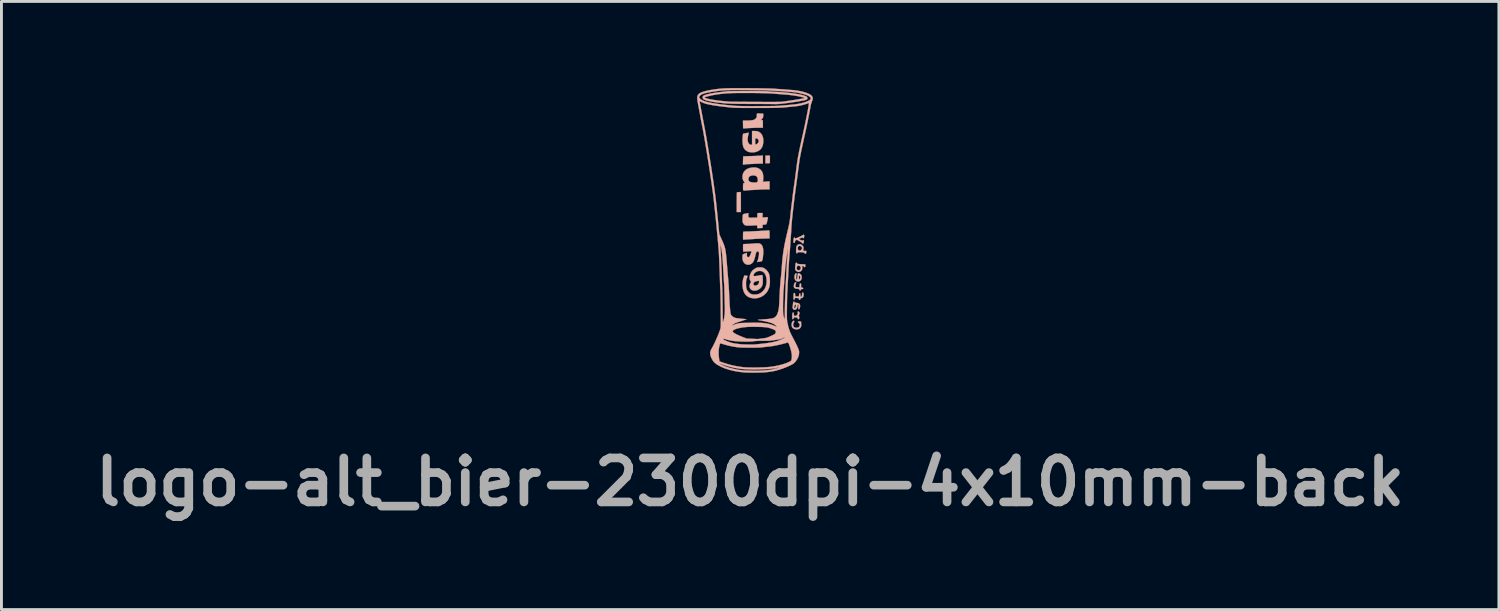
<source format=kicad_pcb>
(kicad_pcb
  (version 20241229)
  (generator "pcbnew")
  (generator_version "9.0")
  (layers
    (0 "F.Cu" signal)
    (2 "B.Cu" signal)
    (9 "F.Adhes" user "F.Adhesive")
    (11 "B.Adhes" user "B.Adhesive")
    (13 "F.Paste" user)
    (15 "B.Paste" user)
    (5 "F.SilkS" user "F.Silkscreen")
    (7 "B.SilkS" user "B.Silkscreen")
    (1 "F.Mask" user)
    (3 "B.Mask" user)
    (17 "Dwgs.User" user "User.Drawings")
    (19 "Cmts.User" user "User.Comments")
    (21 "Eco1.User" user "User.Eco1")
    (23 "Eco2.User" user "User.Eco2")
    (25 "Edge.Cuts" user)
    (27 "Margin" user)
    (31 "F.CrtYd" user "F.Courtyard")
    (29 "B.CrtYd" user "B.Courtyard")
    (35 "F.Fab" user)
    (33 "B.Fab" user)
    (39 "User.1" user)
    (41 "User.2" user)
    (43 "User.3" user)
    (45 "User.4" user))
  (footprint "logo-alt_bier-2300dpi-4x10mm-back"
    (layer "F.Cu")
    (at 22.965 4.925)
    (property "Reference" "logo-alt_bier-2300dpi-4x10mm-back" (at -0.025 8.725 0) (layer "F.Fab") (effects (font (size 1.524 1.524) (thickness 0.3))))
    (attr through_hole)
    (fp_poly (pts (xy -0.41 -1.319) (xy -0.446 -1.317) (xy -0.473 -1.316) (xy -0.482 -1.315) (xy -0.484 -1.304) (xy -0.486 -1.274) (xy -0.488 -1.227) (xy -0.489 -1.166) (xy -0.49 -1.093) (xy -0.49 -1.012) (xy -0.491 -0.972) (xy -0.491 -0.629) (xy -0.347 -0.629) (xy -0.347 -1.322) (xy -0.41 -1.319)) (stroke (width 0.01) (type solid)) (fill yes) (layer "B.SilkS"))
    (fp_poly (pts (xy 0.581 -2.586) (xy 0.503 -2.582) (xy 0.503 -2.319) (xy 0.581 -2.319) (xy 0.626 -2.321) (xy 0.651 -2.325) (xy 0.658 -2.333) (xy 0.659 -2.355) (xy 0.659 -2.391) (xy 0.659 -2.436) (xy 0.659 -2.482) (xy 0.659 -2.525) (xy 0.659 -2.557) (xy 0.659 -2.573) (xy 0.654 -2.582) (xy 0.639 -2.586) (xy 0.609 -2.587) (xy 0.581 -2.586)) (stroke (width 0.01) (type solid)) (fill yes) (layer "B.SilkS"))
    (fp_poly (pts (xy 0.313 -2.58) (xy 0.27 -2.578) (xy 0.21 -2.575) (xy 0.139 -2.572) (xy 0.061 -2.569) (xy -0.017 -2.567) (xy -0.027 -2.566) (xy -0.097 -2.564) (xy -0.158 -2.562) (xy -0.209 -2.561) (xy -0.245 -2.559) (xy -0.264 -2.558) (xy -0.266 -2.558) (xy -0.267 -2.547) (xy -0.268 -2.518) (xy -0.27 -2.476) (xy -0.271 -2.424) (xy -0.272 -2.416) (xy -0.276 -2.275) (xy -0.242 -2.275) (xy -0.216 -2.276) (xy -0.202 -2.28) (xy -0.202 -2.28) (xy -0.19 -2.282) (xy -0.159 -2.285) (xy -0.115 -2.288) (xy -0.06 -2.291) (xy -0.032 -2.292) (xy 0.032 -2.295) (xy 0.092 -2.297) (xy 0.144 -2.3) (xy 0.181 -2.302) (xy 0.189 -2.303) (xy 0.228 -2.305) (xy 0.279 -2.306) (xy 0.329 -2.307) (xy 0.415 -2.308) (xy 0.415 -2.587) (xy 0.313 -2.58)) (stroke (width 0.01) (type solid)) (fill yes) (layer "B.SilkS"))
    (fp_poly (pts (xy 1.478 3.138) (xy 1.453 3.153) (xy 1.431 3.184) (xy 1.415 3.225) (xy 1.409 3.269) (xy 1.409 3.271) (xy 1.417 3.334) (xy 1.441 3.382) (xy 1.482 3.414) (xy 1.538 3.432) (xy 1.58 3.434) (xy 1.637 3.43) (xy 1.678 3.415) (xy 1.681 3.413) (xy 1.714 3.382) (xy 1.737 3.338) (xy 1.747 3.291) (xy 1.743 3.253) (xy 1.738 3.224) (xy 1.74 3.203) (xy 1.741 3.201) (xy 1.744 3.182) (xy 1.728 3.167) (xy 1.695 3.159) (xy 1.678 3.158) (xy 1.648 3.16) (xy 1.633 3.166) (xy 1.63 3.18) (xy 1.63 3.181) (xy 1.64 3.203) (xy 1.656 3.213) (xy 1.68 3.233) (xy 1.691 3.264) (xy 1.691 3.3) (xy 1.68 3.334) (xy 1.657 3.361) (xy 1.648 3.366) (xy 1.601 3.381) (xy 1.552 3.38) (xy 1.509 3.366) (xy 1.491 3.352) (xy 1.47 3.317) (xy 1.463 3.273) (xy 1.471 3.228) (xy 1.487 3.198) (xy 1.502 3.171) (xy 1.502 3.15) (xy 1.49 3.138) (xy 1.478 3.138)) (stroke (width 0.01) (type solid)) (fill yes) (layer "B.SilkS"))
    (fp_poly (pts (xy 1.527 1.813) (xy 1.51 1.839) (xy 1.496 1.875) (xy 1.488 1.917) (xy 1.487 1.934) (xy 1.492 1.976) (xy 1.51 2.004) (xy 1.545 2.022) (xy 1.598 2.03) (xy 1.6 2.03) (xy 1.64 2.033) (xy 1.662 2.038) (xy 1.673 2.047) (xy 1.676 2.058) (xy 1.686 2.077) (xy 1.703 2.086) (xy 1.72 2.084) (xy 1.729 2.069) (xy 1.729 2.067) (xy 1.734 2.051) (xy 1.752 2.043) (xy 1.771 2.041) (xy 1.799 2.036) (xy 1.811 2.026) (xy 1.812 2.015) (xy 1.806 1.999) (xy 1.785 1.991) (xy 1.776 1.99) (xy 1.74 1.986) (xy 1.74 1.915) (xy 1.739 1.877) (xy 1.736 1.855) (xy 1.729 1.846) (xy 1.719 1.844) (xy 1.701 1.85) (xy 1.69 1.87) (xy 1.685 1.907) (xy 1.685 1.928) (xy 1.685 1.977) (xy 1.631 1.977) (xy 1.595 1.975) (xy 1.567 1.972) (xy 1.559 1.97) (xy 1.545 1.954) (xy 1.542 1.924) (xy 1.549 1.884) (xy 1.558 1.859) (xy 1.568 1.826) (xy 1.565 1.808) (xy 1.564 1.807) (xy 1.546 1.801) (xy 1.527 1.813)) (stroke (width 0.01) (type solid)) (fill yes) (layer "B.SilkS"))
    (fp_poly (pts (xy 1.63 1.498) (xy 1.621 1.523) (xy 1.616 1.566) (xy 1.613 1.601) (xy 1.609 1.648) (xy 1.604 1.684) (xy 1.599 1.707) (xy 1.596 1.712) (xy 1.584 1.703) (xy 1.574 1.688) (xy 1.567 1.66) (xy 1.568 1.616) (xy 1.576 1.554) (xy 1.581 1.526) (xy 1.585 1.501) (xy 1.579 1.492) (xy 1.563 1.493) (xy 1.541 1.506) (xy 1.524 1.538) (xy 1.513 1.585) (xy 1.509 1.632) (xy 1.517 1.687) (xy 1.54 1.731) (xy 1.575 1.762) (xy 1.618 1.777) (xy 1.667 1.774) (xy 1.699 1.761) (xy 1.733 1.73) (xy 1.755 1.688) (xy 1.762 1.64) (xy 1.761 1.625) (xy 1.712 1.625) (xy 1.711 1.649) (xy 1.702 1.673) (xy 1.687 1.702) (xy 1.675 1.71) (xy 1.667 1.697) (xy 1.663 1.662) (xy 1.663 1.641) (xy 1.665 1.595) (xy 1.672 1.569) (xy 1.682 1.564) (xy 1.695 1.579) (xy 1.702 1.595) (xy 1.712 1.625) (xy 1.761 1.625) (xy 1.757 1.591) (xy 1.739 1.547) (xy 1.707 1.514) (xy 1.696 1.508) (xy 1.665 1.493) (xy 1.644 1.489) (xy 1.63 1.498)) (stroke (width 0.01) (type solid)) (fill yes) (layer "B.SilkS"))
    (fp_poly (pts (xy 1.624 2.819) (xy 1.62 2.832) (xy 1.624 2.856) (xy 1.626 2.886) (xy 1.617 2.912) (xy 1.602 2.934) (xy 1.58 2.958) (xy 1.56 2.968) (xy 1.532 2.969) (xy 1.492 2.965) (xy 1.488 2.907) (xy 1.485 2.872) (xy 1.479 2.855) (xy 1.468 2.849) (xy 1.465 2.849) (xy 1.451 2.857) (xy 1.44 2.881) (xy 1.434 2.924) (xy 1.431 2.986) (xy 1.431 3.007) (xy 1.432 3.046) (xy 1.435 3.069) (xy 1.441 3.079) (xy 1.453 3.081) (xy 1.453 3.081) (xy 1.472 3.074) (xy 1.482 3.049) (xy 1.483 3.047) (xy 1.49 3.024) (xy 1.503 3.017) (xy 1.522 3.019) (xy 1.559 3.024) (xy 1.587 3.026) (xy 1.61 3.029) (xy 1.618 3.043) (xy 1.619 3.054) (xy 1.624 3.076) (xy 1.639 3.081) (xy 1.66 3.078) (xy 1.667 3.074) (xy 1.672 3.057) (xy 1.674 3.03) (xy 1.672 3) (xy 1.667 2.976) (xy 1.661 2.968) (xy 1.655 2.959) (xy 1.666 2.938) (xy 1.666 2.937) (xy 1.683 2.902) (xy 1.685 2.867) (xy 1.675 2.837) (xy 1.654 2.819) (xy 1.637 2.816) (xy 1.624 2.819)) (stroke (width 0.01) (type solid)) (fill yes) (layer "B.SilkS"))
    (fp_poly (pts (xy 0.587 0.009) (xy 0.545 0.012) (xy 0.534 0.013) (xy 0.491 0.016) (xy 0.432 0.019) (xy 0.365 0.023) (xy 0.295 0.027) (xy 0.267 0.028) (xy 0.204 0.031) (xy 0.147 0.034) (xy 0.099 0.036) (xy 0.066 0.038) (xy 0.056 0.039) (xy 0.032 0.041) (xy -0.008 0.043) (xy -0.059 0.044) (xy -0.116 0.045) (xy -0.118 0.045) (xy -0.172 0.047) (xy -0.217 0.049) (xy -0.25 0.053) (xy -0.265 0.057) (xy -0.266 0.058) (xy -0.268 0.072) (xy -0.27 0.104) (xy -0.272 0.148) (xy -0.272 0.197) (xy -0.272 0.326) (xy -0.243 0.327) (xy -0.221 0.327) (xy -0.212 0.325) (xy -0.2 0.323) (xy -0.17 0.321) (xy -0.127 0.318) (xy -0.074 0.315) (xy -0.054 0.314) (xy 0.004 0.311) (xy 0.057 0.308) (xy 0.098 0.306) (xy 0.124 0.303) (xy 0.127 0.303) (xy 0.146 0.301) (xy 0.183 0.299) (xy 0.235 0.297) (xy 0.299 0.295) (xy 0.37 0.292) (xy 0.401 0.291) (xy 0.647 0.284) (xy 0.647 0.148) (xy 0.646 0.084) (xy 0.643 0.038) (xy 0.638 0.014) (xy 0.635 0.009) (xy 0.619 0.008) (xy 0.587 0.009)) (stroke (width 0.01) (type solid)) (fill yes) (layer "B.SilkS"))
    (fp_poly (pts (xy 0.229 -4.043) (xy 0.225 -4.043) (xy 0.214 -4.039) (xy 0.208 -4.025) (xy 0.205 -3.997) (xy 0.205 -3.974) (xy 0.204 -3.935) (xy 0.199 -3.91) (xy 0.186 -3.889) (xy 0.164 -3.865) (xy 0.135 -3.842) (xy 0.102 -3.824) (xy 0.061 -3.812) (xy 0.007 -3.804) (xy -0.061 -3.8) (xy -0.135 -3.799) (xy -0.275 -3.799) (xy -0.273 -3.686) (xy -0.272 -3.635) (xy -0.271 -3.591) (xy -0.271 -3.559) (xy -0.27 -3.548) (xy -0.264 -3.528) (xy -0.244 -3.523) (xy -0.222 -3.525) (xy -0.214 -3.527) (xy -0.201 -3.53) (xy -0.17 -3.532) (xy -0.125 -3.535) (xy -0.068 -3.538) (xy -0.004 -3.541) (xy 0.064 -3.544) (xy 0.133 -3.547) (xy 0.198 -3.549) (xy 0.256 -3.55) (xy 0.302 -3.55) (xy 0.415 -3.55) (xy 0.415 -3.68) (xy 0.415 -3.81) (xy 0.345 -3.81) (xy 0.373 -3.84) (xy 0.396 -3.868) (xy 0.414 -3.895) (xy 0.415 -3.897) (xy 0.422 -3.919) (xy 0.427 -3.952) (xy 0.429 -3.988) (xy 0.429 -4.018) (xy 0.425 -4.035) (xy 0.425 -4.036) (xy 0.413 -4.038) (xy 0.385 -4.04) (xy 0.346 -4.041) (xy 0.303 -4.043) (xy 0.262 -4.043) (xy 0.229 -4.043)) (stroke (width 0.01) (type solid)) (fill yes) (layer "B.SilkS"))
    (fp_poly (pts (xy 1.476 2.477) (xy 1.468 2.489) (xy 1.463 2.515) (xy 1.46 2.543) (xy 1.455 2.588) (xy 1.45 2.633) (xy 1.447 2.656) (xy 1.448 2.699) (xy 1.464 2.732) (xy 1.49 2.754) (xy 1.522 2.761) (xy 1.555 2.75) (xy 1.573 2.735) (xy 1.598 2.696) (xy 1.615 2.645) (xy 1.619 2.604) (xy 1.621 2.591) (xy 1.563 2.591) (xy 1.561 2.622) (xy 1.561 2.623) (xy 1.553 2.661) (xy 1.54 2.688) (xy 1.525 2.703) (xy 1.511 2.703) (xy 1.501 2.685) (xy 1.499 2.676) (xy 1.501 2.647) (xy 1.512 2.616) (xy 1.527 2.589) (xy 1.543 2.574) (xy 1.548 2.573) (xy 1.559 2.577) (xy 1.563 2.591) (xy 1.621 2.591) (xy 1.622 2.583) (xy 1.633 2.579) (xy 1.637 2.581) (xy 1.647 2.59) (xy 1.651 2.609) (xy 1.648 2.638) (xy 1.643 2.674) (xy 1.639 2.704) (xy 1.638 2.711) (xy 1.643 2.73) (xy 1.659 2.737) (xy 1.677 2.735) (xy 1.688 2.72) (xy 1.695 2.698) (xy 1.707 2.634) (xy 1.701 2.585) (xy 1.679 2.549) (xy 1.639 2.527) (xy 1.581 2.518) (xy 1.569 2.518) (xy 1.537 2.516) (xy 1.522 2.507) (xy 1.516 2.496) (xy 1.502 2.477) (xy 1.489 2.474) (xy 1.476 2.477)) (stroke (width 0.01) (type solid)) (fill yes) (layer "B.SilkS"))
    (fp_poly (pts (xy 1.784 2.163) (xy 1.775 2.187) (xy 1.773 2.216) (xy 1.769 2.262) (xy 1.757 2.294) (xy 1.739 2.308) (xy 1.735 2.308) (xy 1.725 2.301) (xy 1.719 2.277) (xy 1.716 2.245) (xy 1.712 2.206) (xy 1.706 2.186) (xy 1.696 2.181) (xy 1.684 2.191) (xy 1.673 2.22) (xy 1.67 2.24) (xy 1.66 2.298) (xy 1.598 2.295) (xy 1.536 2.292) (xy 1.533 2.234) (xy 1.529 2.199) (xy 1.523 2.181) (xy 1.512 2.176) (xy 1.509 2.176) (xy 1.495 2.179) (xy 1.485 2.19) (xy 1.479 2.214) (xy 1.476 2.252) (xy 1.475 2.309) (xy 1.476 2.356) (xy 1.477 2.385) (xy 1.481 2.401) (xy 1.489 2.407) (xy 1.497 2.407) (xy 1.515 2.401) (xy 1.519 2.381) (xy 1.521 2.36) (xy 1.531 2.349) (xy 1.552 2.346) (xy 1.589 2.348) (xy 1.6 2.349) (xy 1.635 2.353) (xy 1.654 2.36) (xy 1.663 2.371) (xy 1.665 2.384) (xy 1.674 2.41) (xy 1.69 2.417) (xy 1.705 2.405) (xy 1.713 2.386) (xy 1.722 2.362) (xy 1.739 2.353) (xy 1.75 2.352) (xy 1.781 2.344) (xy 1.801 2.33) (xy 1.816 2.302) (xy 1.825 2.263) (xy 1.827 2.221) (xy 1.822 2.186) (xy 1.815 2.171) (xy 1.797 2.157) (xy 1.784 2.163)) (stroke (width 0.01) (type solid)) (fill yes) (layer "B.SilkS"))
    (fp_poly (pts (xy 1.659 0.491) (xy 1.618 0.51) (xy 1.59 0.54) (xy 1.581 0.563) (xy 1.574 0.601) (xy 1.569 0.647) (xy 1.567 0.695) (xy 1.567 0.74) (xy 1.57 0.774) (xy 1.576 0.792) (xy 1.594 0.8) (xy 1.612 0.793) (xy 1.619 0.777) (xy 1.625 0.768) (xy 1.645 0.764) (xy 1.684 0.762) (xy 1.689 0.762) (xy 1.763 0.764) (xy 1.816 0.77) (xy 1.848 0.779) (xy 1.861 0.793) (xy 1.862 0.797) (xy 1.87 0.812) (xy 1.89 0.818) (xy 1.909 0.81) (xy 1.91 0.81) (xy 1.914 0.795) (xy 1.917 0.767) (xy 1.917 0.76) (xy 1.917 0.718) (xy 1.86 0.718) (xy 1.828 0.717) (xy 1.812 0.713) (xy 1.809 0.704) (xy 1.811 0.693) (xy 1.822 0.648) (xy 1.824 0.624) (xy 1.773 0.624) (xy 1.764 0.656) (xy 1.74 0.685) (xy 1.709 0.703) (xy 1.691 0.707) (xy 1.662 0.699) (xy 1.641 0.685) (xy 1.624 0.653) (xy 1.621 0.615) (xy 1.632 0.578) (xy 1.656 0.55) (xy 1.656 0.55) (xy 1.686 0.542) (xy 1.719 0.55) (xy 1.748 0.57) (xy 1.768 0.599) (xy 1.773 0.624) (xy 1.824 0.624) (xy 1.825 0.615) (xy 1.819 0.586) (xy 1.814 0.571) (xy 1.786 0.529) (xy 1.748 0.501) (xy 1.704 0.488) (xy 1.659 0.491)) (stroke (width 0.01) (type solid)) (fill yes) (layer "B.SilkS"))
    (fp_poly (pts (xy 1.557 1.134) (xy 1.548 1.148) (xy 1.544 1.176) (xy 1.544 1.187) (xy 1.54 1.232) (xy 1.536 1.283) (xy 1.534 1.306) (xy 1.532 1.343) (xy 1.535 1.366) (xy 1.546 1.386) (xy 1.567 1.408) (xy 1.61 1.438) (xy 1.658 1.447) (xy 1.707 1.434) (xy 1.725 1.424) (xy 1.762 1.389) (xy 1.78 1.341) (xy 1.781 1.306) (xy 1.729 1.306) (xy 1.721 1.343) (xy 1.699 1.372) (xy 1.669 1.388) (xy 1.636 1.389) (xy 1.606 1.373) (xy 1.602 1.369) (xy 1.585 1.337) (xy 1.583 1.3) (xy 1.594 1.266) (xy 1.615 1.239) (xy 1.645 1.226) (xy 1.652 1.226) (xy 1.683 1.236) (xy 1.711 1.26) (xy 1.727 1.292) (xy 1.729 1.306) (xy 1.781 1.306) (xy 1.781 1.286) (xy 1.777 1.256) (xy 1.78 1.242) (xy 1.792 1.237) (xy 1.802 1.237) (xy 1.828 1.244) (xy 1.836 1.259) (xy 1.849 1.277) (xy 1.862 1.281) (xy 1.877 1.274) (xy 1.885 1.251) (xy 1.887 1.24) (xy 1.889 1.211) (xy 1.888 1.192) (xy 1.887 1.19) (xy 1.874 1.185) (xy 1.847 1.182) (xy 1.824 1.182) (xy 1.783 1.181) (xy 1.73 1.178) (xy 1.681 1.175) (xy 1.638 1.17) (xy 1.612 1.165) (xy 1.6 1.158) (xy 1.597 1.148) (xy 1.597 1.146) (xy 1.591 1.13) (xy 1.572 1.128) (xy 1.557 1.134)) (stroke (width 0.01) (type solid)) (fill yes) (layer "B.SilkS"))
    (fp_poly (pts (xy 1.81 0.158) (xy 1.799 0.17) (xy 1.786 0.179) (xy 1.758 0.194) (xy 1.719 0.214) (xy 1.675 0.234) (xy 1.63 0.254) (xy 1.59 0.271) (xy 1.559 0.283) (xy 1.542 0.287) (xy 1.532 0.278) (xy 1.53 0.271) (xy 1.521 0.257) (xy 1.51 0.254) (xy 1.493 0.262) (xy 1.483 0.288) (xy 1.477 0.332) (xy 1.475 0.383) (xy 1.476 0.418) (xy 1.48 0.435) (xy 1.488 0.44) (xy 1.5 0.44) (xy 1.518 0.432) (xy 1.526 0.413) (xy 1.528 0.396) (xy 1.535 0.366) (xy 1.551 0.349) (xy 1.564 0.342) (xy 1.581 0.337) (xy 1.597 0.337) (xy 1.618 0.344) (xy 1.649 0.36) (xy 1.686 0.381) (xy 1.725 0.406) (xy 1.757 0.428) (xy 1.777 0.444) (xy 1.781 0.449) (xy 1.796 0.462) (xy 1.806 0.464) (xy 1.82 0.458) (xy 1.828 0.437) (xy 1.833 0.413) (xy 1.836 0.381) (xy 1.835 0.357) (xy 1.833 0.352) (xy 1.817 0.343) (xy 1.798 0.347) (xy 1.788 0.359) (xy 1.782 0.367) (xy 1.767 0.364) (xy 1.741 0.351) (xy 1.731 0.346) (xy 1.694 0.324) (xy 1.675 0.31) (xy 1.674 0.299) (xy 1.689 0.288) (xy 1.713 0.277) (xy 1.757 0.26) (xy 1.784 0.255) (xy 1.795 0.262) (xy 1.795 0.265) (xy 1.805 0.274) (xy 1.816 0.276) (xy 1.831 0.27) (xy 1.841 0.248) (xy 1.844 0.233) (xy 1.847 0.2) (xy 1.845 0.175) (xy 1.844 0.172) (xy 1.829 0.157) (xy 1.81 0.158)) (stroke (width 0.01) (type solid)) (fill yes) (layer "B.SilkS"))
    (fp_poly (pts (xy 0.267 -0.595) (xy 0.238 -0.591) (xy 0.226 -0.584) (xy 0.226 -0.583) (xy 0.225 -0.565) (xy 0.224 -0.532) (xy 0.223 -0.502) (xy 0.222 -0.436) (xy 0.085 -0.433) (xy 0.027 -0.432) (xy -0.014 -0.432) (xy -0.041 -0.435) (xy -0.058 -0.439) (xy -0.071 -0.447) (xy -0.073 -0.449) (xy -0.086 -0.464) (xy -0.091 -0.484) (xy -0.091 -0.516) (xy -0.089 -0.531) (xy -0.083 -0.592) (xy -0.176 -0.576) (xy -0.23 -0.565) (xy -0.263 -0.553) (xy -0.276 -0.542) (xy -0.279 -0.524) (xy -0.283 -0.49) (xy -0.286 -0.444) (xy -0.288 -0.409) (xy -0.29 -0.355) (xy -0.29 -0.317) (xy -0.286 -0.29) (xy -0.279 -0.267) (xy -0.268 -0.243) (xy -0.249 -0.211) (xy -0.229 -0.188) (xy -0.203 -0.172) (xy -0.169 -0.162) (xy -0.122 -0.158) (xy -0.059 -0.158) (xy 0.001 -0.16) (xy 0.061 -0.163) (xy 0.116 -0.166) (xy 0.16 -0.168) (xy 0.188 -0.169) (xy 0.194 -0.169) (xy 0.211 -0.169) (xy 0.22 -0.159) (xy 0.222 -0.136) (xy 0.223 -0.121) (xy 0.224 -0.072) (xy 0.267 -0.072) (xy 0.308 -0.073) (xy 0.352 -0.075) (xy 0.357 -0.075) (xy 0.404 -0.079) (xy 0.404 -0.133) (xy 0.405 -0.167) (xy 0.411 -0.183) (xy 0.422 -0.188) (xy 0.423 -0.188) (xy 0.456 -0.191) (xy 0.49 -0.195) (xy 0.52 -0.202) (xy 0.537 -0.207) (xy 0.537 -0.208) (xy 0.542 -0.221) (xy 0.55 -0.249) (xy 0.559 -0.288) (xy 0.569 -0.332) (xy 0.579 -0.376) (xy 0.587 -0.413) (xy 0.591 -0.438) (xy 0.592 -0.445) (xy 0.582 -0.448) (xy 0.554 -0.449) (xy 0.515 -0.448) (xy 0.498 -0.446) (xy 0.404 -0.44) (xy 0.404 -0.596) (xy 0.316 -0.596) (xy 0.267 -0.595)) (stroke (width 0.01) (type solid)) (fill yes) (layer "B.SilkS"))
    (fp_poly (pts (xy 0.075 -3.436) (xy 0.04 -3.435) (xy 0.04 -2.96) (xy 0.008 -2.96) (xy -0.024 -2.967) (xy -0.051 -2.981) (xy -0.087 -3.022) (xy -0.108 -3.077) (xy -0.114 -3.147) (xy -0.105 -3.231) (xy -0.094 -3.285) (xy -0.084 -3.326) (xy -0.078 -3.358) (xy -0.075 -3.375) (xy -0.075 -3.376) (xy -0.087 -3.376) (xy -0.113 -3.372) (xy -0.15 -3.366) (xy -0.189 -3.359) (xy -0.226 -3.352) (xy -0.253 -3.346) (xy -0.266 -3.343) (xy -0.266 -3.343) (xy -0.272 -3.326) (xy -0.278 -3.293) (xy -0.284 -3.247) (xy -0.288 -3.194) (xy -0.291 -3.138) (xy -0.291 -3.132) (xy -0.289 -3.037) (xy -0.279 -2.952) (xy -0.261 -2.882) (xy -0.247 -2.848) (xy -0.213 -2.8) (xy -0.164 -2.756) (xy -0.108 -2.723) (xy -0.078 -2.711) (xy -0.013 -2.699) (xy 0.06 -2.696) (xy 0.133 -2.702) (xy 0.191 -2.715) (xy 0.272 -2.752) (xy 0.335 -2.802) (xy 0.382 -2.866) (xy 0.414 -2.945) (xy 0.429 -3.039) (xy 0.431 -3.065) (xy 0.431 -3.075) (xy 0.271 -3.075) (xy 0.254 -3.033) (xy 0.234 -3.008) (xy 0.207 -2.986) (xy 0.182 -2.972) (xy 0.173 -2.971) (xy 0.163 -2.972) (xy 0.156 -2.978) (xy 0.152 -2.994) (xy 0.15 -3.023) (xy 0.15 -3.069) (xy 0.15 -3.082) (xy 0.15 -3.133) (xy 0.152 -3.165) (xy 0.155 -3.182) (xy 0.161 -3.188) (xy 0.167 -3.187) (xy 0.193 -3.181) (xy 0.201 -3.181) (xy 0.219 -3.173) (xy 0.242 -3.155) (xy 0.244 -3.153) (xy 0.268 -3.116) (xy 0.271 -3.075) (xy 0.431 -3.075) (xy 0.428 -3.166) (xy 0.408 -3.252) (xy 0.371 -3.323) (xy 0.336 -3.365) (xy 0.296 -3.397) (xy 0.252 -3.419) (xy 0.199 -3.432) (xy 0.133 -3.437) (xy 0.075 -3.436)) (stroke (width 0.01) (type solid)) (fill yes) (layer "B.SilkS"))
    (fp_poly (pts (xy 0.068 -2.173) (xy -0.029 -2.159) (xy -0.113 -2.13) (xy -0.182 -2.087) (xy -0.236 -2.031) (xy -0.272 -1.963) (xy -0.29 -1.885) (xy -0.292 -1.849) (xy -0.285 -1.779) (xy -0.263 -1.719) (xy -0.235 -1.676) (xy -0.216 -1.649) (xy -0.215 -1.636) (xy -0.23 -1.632) (xy -0.244 -1.633) (xy -0.256 -1.631) (xy -0.264 -1.619) (xy -0.269 -1.595) (xy -0.271 -1.554) (xy -0.272 -1.495) (xy -0.272 -1.492) (xy -0.272 -1.44) (xy -0.27 -1.405) (xy -0.262 -1.384) (xy -0.246 -1.374) (xy -0.217 -1.373) (xy -0.172 -1.377) (xy -0.132 -1.381) (xy -0.088 -1.384) (xy -0.029 -1.389) (xy 0.039 -1.393) (xy 0.108 -1.396) (xy 0.128 -1.397) (xy 0.188 -1.4) (xy 0.241 -1.403) (xy 0.283 -1.406) (xy 0.31 -1.408) (xy 0.316 -1.409) (xy 0.332 -1.41) (xy 0.366 -1.411) (xy 0.414 -1.412) (xy 0.47 -1.413) (xy 0.49 -1.413) (xy 0.647 -1.414) (xy 0.647 -1.692) (xy 0.53 -1.684) (xy 0.413 -1.676) (xy 0.421 -1.701) (xy 0.424 -1.722) (xy 0.426 -1.754) (xy 0.238 -1.754) (xy 0.237 -1.708) (xy 0.231 -1.679) (xy 0.216 -1.664) (xy 0.189 -1.657) (xy 0.157 -1.654) (xy 0.071 -1.654) (xy 0.004 -1.664) (xy -0.043 -1.682) (xy -0.059 -1.695) (xy -0.079 -1.722) (xy -0.087 -1.756) (xy -0.087 -1.772) (xy -0.078 -1.821) (xy -0.05 -1.859) (xy -0.005 -1.885) (xy 0.055 -1.898) (xy 0.084 -1.899) (xy 0.146 -1.892) (xy 0.193 -1.868) (xy 0.223 -1.83) (xy 0.237 -1.777) (xy 0.238 -1.754) (xy 0.426 -1.754) (xy 0.427 -1.76) (xy 0.428 -1.806) (xy 0.429 -1.832) (xy 0.424 -1.914) (xy 0.41 -1.981) (xy 0.385 -2.035) (xy 0.346 -2.083) (xy 0.329 -2.099) (xy 0.271 -2.139) (xy 0.205 -2.164) (xy 0.128 -2.174) (xy 0.068 -2.173)) (stroke (width 0.01) (type solid)) (fill yes) (layer "B.SilkS"))
    (fp_poly (pts (xy 0.182 0.457) (xy 0.14 0.459) (xy 0.087 0.462) (xy 0.042 0.465) (xy 0.01 0.468) (xy -0.005 0.47) (xy -0.005 0.47) (xy -0.018 0.472) (xy -0.049 0.474) (xy -0.092 0.475) (xy -0.141 0.477) (xy -0.197 0.478) (xy -0.235 0.481) (xy -0.257 0.484) (xy -0.268 0.49) (xy -0.27 0.496) (xy -0.271 0.514) (xy -0.271 0.548) (xy -0.271 0.594) (xy -0.271 0.629) (xy -0.27 0.681) (xy -0.269 0.715) (xy -0.265 0.734) (xy -0.26 0.742) (xy -0.251 0.744) (xy -0.251 0.743) (xy -0.233 0.742) (xy -0.198 0.74) (xy -0.151 0.737) (xy -0.103 0.734) (xy 0.026 0.726) (xy -0.001 0.808) (xy -0.017 0.851) (xy -0.036 0.889) (xy -0.053 0.914) (xy -0.054 0.916) (xy -0.075 0.933) (xy -0.093 0.936) (xy -0.109 0.93) (xy -0.126 0.919) (xy -0.135 0.903) (xy -0.139 0.876) (xy -0.138 0.833) (xy -0.138 0.826) (xy -0.136 0.785) (xy -0.206 0.808) (xy -0.242 0.822) (xy -0.271 0.835) (xy -0.283 0.844) (xy -0.288 0.863) (xy -0.291 0.897) (xy -0.291 0.94) (xy -0.289 0.986) (xy -0.285 1.026) (xy -0.28 1.052) (xy -0.257 1.102) (xy -0.221 1.147) (xy -0.181 1.176) (xy -0.121 1.196) (xy -0.061 1.195) (xy -0.007 1.175) (xy 0.032 1.152) (xy 0.064 1.121) (xy 0.091 1.08) (xy 0.114 1.027) (xy 0.136 0.957) (xy 0.155 0.878) (xy 0.166 0.834) (xy 0.176 0.796) (xy 0.184 0.771) (xy 0.204 0.742) (xy 0.23 0.733) (xy 0.259 0.744) (xy 0.263 0.747) (xy 0.274 0.76) (xy 0.28 0.777) (xy 0.282 0.802) (xy 0.28 0.844) (xy 0.279 0.85) (xy 0.273 0.904) (xy 0.26 0.965) (xy 0.246 1.02) (xy 0.218 1.106) (xy 0.242 1.1) (xy 0.267 1.096) (xy 0.303 1.09) (xy 0.325 1.087) (xy 0.353 1.082) (xy 0.373 1.075) (xy 0.387 1.062) (xy 0.398 1.039) (xy 0.406 1.002) (xy 0.414 0.949) (xy 0.418 0.92) (xy 0.429 0.801) (xy 0.429 0.699) (xy 0.418 0.614) (xy 0.396 0.547) (xy 0.363 0.498) (xy 0.319 0.468) (xy 0.297 0.461) (xy 0.27 0.456) (xy 0.233 0.455) (xy 0.182 0.457)) (stroke (width 0.01) (type solid)) (fill yes) (layer "B.SilkS"))
    (fp_poly (pts (xy 0.263 1.288) (xy 0.228 1.292) (xy 0.198 1.302) (xy 0.162 1.319) (xy 0.152 1.324) (xy 0.077 1.377) (xy 0.018 1.444) (xy -0.022 1.522) (xy -0.044 1.607) (xy -0.045 1.657) (xy -0.039 1.704) (xy -0.026 1.744) (xy -0.007 1.768) (xy -0.006 1.769) (xy 0.006 1.778) (xy 0.007 1.789) (xy -0.004 1.809) (xy -0.011 1.819) (xy -0.035 1.871) (xy -0.046 1.93) (xy -0.04 1.985) (xy -0.038 1.993) (xy -0.012 2.039) (xy 0.027 2.071) (xy 0.077 2.09) (xy 0.135 2.095) (xy 0.195 2.086) (xy 0.255 2.063) (xy 0.312 2.025) (xy 0.328 2.01) (xy 0.363 1.971) (xy 0.388 1.928) (xy 0.404 1.878) (xy 0.412 1.816) (xy 0.413 1.788) (xy 0.283 1.788) (xy 0.277 1.824) (xy 0.265 1.857) (xy 0.24 1.887) (xy 0.205 1.908) (xy 0.165 1.92) (xy 0.128 1.918) (xy 0.101 1.904) (xy 0.085 1.875) (xy 0.087 1.841) (xy 0.106 1.809) (xy 0.138 1.784) (xy 0.167 1.773) (xy 0.207 1.764) (xy 0.226 1.761) (xy 0.283 1.753) (xy 0.283 1.788) (xy 0.413 1.788) (xy 0.413 1.739) (xy 0.412 1.697) (xy 0.409 1.645) (xy 0.405 1.601) (xy 0.401 1.57) (xy 0.396 1.556) (xy 0.382 1.554) (xy 0.351 1.557) (xy 0.308 1.563) (xy 0.277 1.569) (xy 0.205 1.583) (xy 0.153 1.59) (xy 0.117 1.59) (xy 0.097 1.583) (xy 0.089 1.569) (xy 0.093 1.546) (xy 0.096 1.536) (xy 0.126 1.487) (xy 0.171 1.449) (xy 0.227 1.423) (xy 0.288 1.411) (xy 0.35 1.414) (xy 0.409 1.434) (xy 0.415 1.437) (xy 0.461 1.474) (xy 0.497 1.529) (xy 0.524 1.596) (xy 0.541 1.674) (xy 0.546 1.757) (xy 0.54 1.843) (xy 0.523 1.928) (xy 0.497 2) (xy 0.458 2.064) (xy 0.405 2.123) (xy 0.343 2.173) (xy 0.278 2.207) (xy 0.277 2.208) (xy 0.213 2.224) (xy 0.141 2.231) (xy 0.07 2.227) (xy 0.027 2.218) (xy -0.026 2.192) (xy -0.076 2.151) (xy -0.119 2.098) (xy -0.134 2.072) (xy -0.148 2.042) (xy -0.157 2.011) (xy -0.163 1.974) (xy -0.167 1.925) (xy -0.168 1.897) (xy -0.169 1.814) (xy -0.163 1.745) (xy -0.149 1.684) (xy -0.13 1.632) (xy -0.119 1.605) (xy -0.116 1.588) (xy -0.116 1.586) (xy -0.129 1.582) (xy -0.156 1.577) (xy -0.171 1.575) (xy -0.222 1.567) (xy -0.245 1.62) (xy -0.274 1.711) (xy -0.289 1.812) (xy -0.291 1.915) (xy -0.28 2.016) (xy -0.255 2.109) (xy -0.231 2.162) (xy -0.204 2.21) (xy -0.175 2.246) (xy -0.138 2.279) (xy -0.124 2.29) (xy -0.061 2.326) (xy 0.015 2.349) (xy 0.099 2.361) (xy 0.185 2.359) (xy 0.257 2.346) (xy 0.36 2.308) (xy 0.45 2.252) (xy 0.526 2.181) (xy 0.586 2.095) (xy 0.629 1.996) (xy 0.65 1.909) (xy 0.657 1.84) (xy 0.659 1.763) (xy 0.656 1.683) (xy 0.648 1.608) (xy 0.636 1.544) (xy 0.626 1.511) (xy 0.589 1.441) (xy 0.537 1.378) (xy 0.475 1.329) (xy 0.455 1.317) (xy 0.42 1.301) (xy 0.386 1.292) (xy 0.344 1.288) (xy 0.31 1.287) (xy 0.263 1.288)) (stroke (width 0.01) (type solid)) (fill yes) (layer "B.SilkS"))
    (fp_poly (pts (xy -0.307 -4.821) (xy -0.41 -4.821) (xy -0.507 -4.82) (xy -0.595 -4.819) (xy -0.671 -4.818) (xy -0.733 -4.817) (xy -0.778 -4.816) (xy -0.805 -4.814) (xy -0.959 -4.797) (xy -1.091 -4.781) (xy -1.203 -4.766) (xy -1.296 -4.752) (xy -1.371 -4.739) (xy -1.407 -4.732) (xy -1.491 -4.712) (xy -1.555 -4.695) (xy -1.603 -4.679) (xy -1.636 -4.664) (xy -1.656 -4.648) (xy -1.668 -4.629) (xy -1.672 -4.607) (xy -1.672 -4.6) (xy -1.668 -4.572) (xy -1.654 -4.549) (xy -1.628 -4.528) (xy -1.587 -4.51) (xy -1.53 -4.492) (xy -1.455 -4.474) (xy -1.4 -4.463) (xy -1.336 -4.45) (xy -1.274 -4.439) (xy -1.219 -4.431) (xy -1.179 -4.425) (xy -1.17 -4.424) (xy -1.128 -4.42) (xy -1.073 -4.414) (xy -1.016 -4.408) (xy -0.999 -4.406) (xy -0.94 -4.4) (xy -0.879 -4.395) (xy -0.814 -4.391) (xy -0.744 -4.387) (xy -0.666 -4.384) (xy -0.577 -4.381) (xy -0.477 -4.379) (xy -0.363 -4.377) (xy -0.234 -4.376) (xy -0.086 -4.375) (xy 0.081 -4.375) (xy 0.11 -4.374) (xy 0.233 -4.374) (xy 0.349 -4.374) (xy 0.457 -4.373) (xy 0.555 -4.372) (xy 0.641 -4.372) (xy 0.714 -4.371) (xy 0.77 -4.37) (xy 0.808 -4.37) (xy 0.827 -4.369) (xy 0.828 -4.369) (xy 0.848 -4.368) (xy 0.885 -4.369) (xy 0.932 -4.371) (xy 0.973 -4.374) (xy 1.043 -4.38) (xy 1.126 -4.389) (xy 1.219 -4.401) (xy 1.317 -4.414) (xy 1.418 -4.428) (xy 1.519 -4.443) (xy 1.615 -4.458) (xy 1.703 -4.473) (xy 1.78 -4.487) (xy 1.843 -4.499) (xy 1.887 -4.51) (xy 1.892 -4.511) (xy 1.928 -4.524) (xy 1.948 -4.538) (xy 1.957 -4.556) (xy 1.957 -4.558) (xy 1.958 -4.578) (xy 1.858 -4.578) (xy 1.844 -4.572) (xy 1.824 -4.567) (xy 1.785 -4.559) (xy 1.731 -4.549) (xy 1.665 -4.538) (xy 1.589 -4.525) (xy 1.507 -4.512) (xy 1.421 -4.499) (xy 1.336 -4.486) (xy 1.255 -4.475) (xy 1.18 -4.464) (xy 1.114 -4.455) (xy 1.061 -4.449) (xy 1.039 -4.447) (xy 1.019 -4.446) (xy 0.979 -4.445) (xy 0.922 -4.445) (xy 0.849 -4.444) (xy 0.763 -4.444) (xy 0.666 -4.444) (xy 0.559 -4.444) (xy 0.444 -4.444) (xy 0.325 -4.445) (xy 0.202 -4.445) (xy 0.078 -4.446) (xy -0.045 -4.446) (xy -0.164 -4.447) (xy -0.279 -4.447) (xy -0.387 -4.448) (xy -0.486 -4.449) (xy -0.573 -4.45) (xy -0.647 -4.451) (xy -0.706 -4.452) (xy -0.748 -4.453) (xy -0.77 -4.454) (xy -0.772 -4.454) (xy -0.799 -4.458) (xy -0.84 -4.462) (xy -0.887 -4.466) (xy -0.894 -4.467) (xy -0.999 -4.476) (xy -1.102 -4.487) (xy -1.201 -4.5) (xy -1.293 -4.514) (xy -1.378 -4.528) (xy -1.451 -4.543) (xy -1.513 -4.558) (xy -1.56 -4.573) (xy -1.59 -4.587) (xy -1.601 -4.599) (xy -1.599 -4.606) (xy -1.583 -4.613) (xy -1.55 -4.624) (xy -1.503 -4.636) (xy -1.447 -4.65) (xy -1.386 -4.665) (xy -1.324 -4.678) (xy -1.266 -4.689) (xy -1.214 -4.698) (xy -1.214 -4.698) (xy -1.125 -4.711) (xy -1.044 -4.721) (xy -0.966 -4.73) (xy -0.89 -4.737) (xy -0.811 -4.743) (xy -0.727 -4.747) (xy -0.635 -4.75) (xy -0.532 -4.752) (xy -0.413 -4.753) (xy -0.278 -4.754) (xy -0.214 -4.754) (xy -0.057 -4.754) (xy 0.094 -4.753) (xy 0.236 -4.751) (xy 0.367 -4.749) (xy 0.486 -4.746) (xy 0.589 -4.743) (xy 0.676 -4.739) (xy 0.745 -4.735) (xy 0.785 -4.732) (xy 0.818 -4.729) (xy 0.859 -4.725) (xy 0.911 -4.721) (xy 0.978 -4.716) (xy 1.062 -4.71) (xy 1.144 -4.704) (xy 1.249 -4.696) (xy 1.356 -4.684) (xy 1.462 -4.671) (xy 1.564 -4.655) (xy 1.656 -4.639) (xy 1.737 -4.622) (xy 1.801 -4.605) (xy 1.834 -4.594) (xy 1.856 -4.584) (xy 1.858 -4.578) (xy 1.958 -4.578) (xy 1.959 -4.586) (xy 1.947 -4.61) (xy 1.919 -4.632) (xy 1.875 -4.653) (xy 1.811 -4.673) (xy 1.757 -4.688) (xy 1.676 -4.706) (xy 1.577 -4.724) (xy 1.467 -4.74) (xy 1.351 -4.755) (xy 1.234 -4.767) (xy 1.121 -4.776) (xy 1.094 -4.777) (xy 1.042 -4.78) (xy 0.999 -4.783) (xy 0.969 -4.786) (xy 0.956 -4.788) (xy 0.956 -4.788) (xy 0.944 -4.789) (xy 0.913 -4.792) (xy 0.868 -4.794) (xy 0.814 -4.797) (xy 0.785 -4.798) (xy 0.724 -4.801) (xy 0.67 -4.805) (xy 0.626 -4.808) (xy 0.598 -4.811) (xy 0.592 -4.812) (xy 0.572 -4.813) (xy 0.533 -4.815) (xy 0.477 -4.816) (xy 0.406 -4.818) (xy 0.322 -4.819) (xy 0.229 -4.819) (xy 0.127 -4.82) (xy 0.021 -4.821) (xy -0.089 -4.821) (xy -0.199 -4.821) (xy -0.307 -4.821)) (stroke (width 0.01) (type solid)) (fill yes) (layer "B.SilkS"))
    (fp_poly (pts (xy -0.523 -4.919) (xy -0.635 -4.919) (xy -0.735 -4.918) (xy -0.823 -4.916) (xy -0.894 -4.914) (xy -0.948 -4.912) (xy -0.954 -4.911) (xy -1.102 -4.898) (xy -1.25 -4.88) (xy -1.39 -4.858) (xy -1.518 -4.833) (xy -1.607 -4.81) (xy -1.692 -4.783) (xy -1.758 -4.754) (xy -1.806 -4.721) (xy -1.837 -4.682) (xy -1.854 -4.636) (xy -1.86 -4.58) (xy -1.86 -4.579) (xy -1.858 -4.549) (xy -1.852 -4.502) (xy -1.843 -4.443) (xy -1.831 -4.375) (xy -1.818 -4.303) (xy -1.816 -4.294) (xy -1.802 -4.218) (xy -1.787 -4.141) (xy -1.774 -4.07) (xy -1.763 -4.009) (xy -1.755 -3.965) (xy -1.755 -3.965) (xy -1.747 -3.922) (xy -1.736 -3.863) (xy -1.723 -3.792) (xy -1.707 -3.714) (xy -1.692 -3.635) (xy -1.687 -3.611) (xy -1.666 -3.504) (xy -1.643 -3.378) (xy -1.618 -3.235) (xy -1.591 -3.078) (xy -1.563 -2.91) (xy -1.533 -2.734) (xy -1.504 -2.552) (xy -1.474 -2.367) (xy -1.445 -2.181) (xy -1.417 -1.998) (xy -1.391 -1.82) (xy -1.365 -1.65) (xy -1.343 -1.49) (xy -1.322 -1.343) (xy -1.305 -1.212) (xy -1.303 -1.193) (xy -1.295 -1.128) (xy -1.285 -1.044) (xy -1.274 -0.944) (xy -1.262 -0.831) (xy -1.249 -0.707) (xy -1.235 -0.576) (xy -1.221 -0.441) (xy -1.207 -0.304) (xy -1.194 -0.168) (xy -1.181 -0.036) (xy -1.169 0.089) (xy -1.158 0.204) (xy -1.153 0.254) (xy -1.147 0.329) (xy -1.14 0.401) (xy -1.134 0.464) (xy -1.13 0.515) (xy -1.127 0.55) (xy -1.126 0.558) (xy -1.123 0.594) (xy -1.119 0.644) (xy -1.116 0.698) (xy -1.115 0.718) (xy -1.111 0.777) (xy -1.107 0.839) (xy -1.104 0.894) (xy -1.104 0.906) (xy -1.101 0.948) (xy -1.099 1.005) (xy -1.096 1.071) (xy -1.093 1.138) (xy -1.093 1.154) (xy -1.09 1.227) (xy -1.087 1.307) (xy -1.084 1.383) (xy -1.081 1.448) (xy -1.081 1.452) (xy -1.079 1.507) (xy -1.077 1.578) (xy -1.074 1.658) (xy -1.072 1.74) (xy -1.07 1.806) (xy -1.067 1.876) (xy -1.065 1.941) (xy -1.062 1.997) (xy -1.06 2.039) (xy -1.058 2.064) (xy -1.058 2.065) (xy -1.056 2.083) (xy -1.055 2.121) (xy -1.054 2.177) (xy -1.052 2.248) (xy -1.051 2.334) (xy -1.05 2.43) (xy -1.048 2.536) (xy -1.047 2.649) (xy -1.046 2.733) (xy -1.045 2.867) (xy -1.044 2.981) (xy -1.043 3.077) (xy -1.043 3.156) (xy -1.043 3.22) (xy -1.044 3.272) (xy -1.045 3.313) (xy -1.046 3.346) (xy -1.048 3.371) (xy -1.051 3.391) (xy -1.055 3.408) (xy -1.059 3.424) (xy -1.062 3.435) (xy -1.084 3.497) (xy -1.113 3.573) (xy -1.147 3.657) (xy -1.185 3.746) (xy -1.224 3.835) (xy -1.263 3.919) (xy -1.3 3.993) (xy -1.332 4.055) (xy -1.349 4.083) (xy -1.386 4.152) (xy -1.407 4.215) (xy -1.411 4.277) (xy -1.4 4.343) (xy -1.373 4.417) (xy -1.351 4.462) (xy -1.313 4.527) (xy -1.266 4.582) (xy -1.207 4.632) (xy -1.151 4.669) (xy -1.026 4.735) (xy -0.883 4.794) (xy -0.725 4.843) (xy -0.554 4.883) (xy -0.372 4.912) (xy -0.248 4.925) (xy -0.172 4.93) (xy -0.079 4.933) (xy 0.025 4.935) (xy 0.134 4.935) (xy 0.245 4.933) (xy 0.351 4.93) (xy 0.447 4.926) (xy 0.527 4.92) (xy 0.542 4.919) (xy 0.61 4.911) (xy 0.684 4.9) (xy 0.754 4.889) (xy 0.801 4.881) (xy 0.89 4.859) (xy 0.991 4.829) (xy 1.098 4.794) (xy 1.204 4.754) (xy 1.208 4.752) (xy 0.996 4.752) (xy 0.989 4.757) (xy 0.965 4.766) (xy 0.928 4.777) (xy 0.882 4.79) (xy 0.832 4.803) (xy 0.782 4.814) (xy 0.752 4.82) (xy 0.658 4.836) (xy 0.563 4.849) (xy 0.462 4.857) (xy 0.351 4.863) (xy 0.227 4.865) (xy 0.085 4.865) (xy 0.051 4.864) (xy -0.032 4.863) (xy -0.109 4.861) (xy -0.177 4.86) (xy -0.233 4.858) (xy -0.274 4.856) (xy -0.296 4.855) (xy -0.297 4.854) (xy -0.324 4.85) (xy -0.365 4.844) (xy -0.411 4.838) (xy -0.419 4.837) (xy -0.507 4.822) (xy -0.603 4.801) (xy -0.701 4.776) (xy -0.797 4.748) (xy -0.887 4.718) (xy -0.966 4.687) (xy -1.031 4.658) (xy -1.065 4.638) (xy -1.083 4.625) (xy -1.086 4.62) (xy -1.081 4.622) (xy -0.915 4.678) (xy -0.762 4.724) (xy -0.615 4.761) (xy -0.472 4.788) (xy -0.325 4.808) (xy -0.171 4.82) (xy -0.004 4.826) (xy 0.122 4.827) (xy 0.275 4.825) (xy 0.421 4.82) (xy 0.557 4.812) (xy 0.68 4.802) (xy 0.788 4.789) (xy 0.877 4.773) (xy 0.891 4.77) (xy 0.936 4.761) (xy 0.971 4.755) (xy 0.992 4.752) (xy 0.996 4.752) (xy 1.208 4.752) (xy 1.301 4.713) (xy 1.359 4.686) (xy 1.415 4.657) (xy 1.457 4.633) (xy 1.489 4.61) (xy 1.518 4.583) (xy 1.54 4.558) (xy 1.603 4.472) (xy 1.646 4.383) (xy 1.646 4.381) (xy 1.42 4.381) (xy 1.412 4.46) (xy 1.407 4.48) (xy 1.4 4.504) (xy 1.391 4.522) (xy 1.375 4.536) (xy 1.348 4.552) (xy 1.306 4.573) (xy 1.305 4.573) (xy 1.211 4.612) (xy 1.1 4.648) (xy 0.976 4.681) (xy 0.844 4.708) (xy 0.71 4.73) (xy 0.602 4.742) (xy 0.534 4.747) (xy 0.451 4.751) (xy 0.357 4.754) (xy 0.257 4.757) (xy 0.154 4.758) (xy 0.054 4.758) (xy -0.041 4.757) (xy -0.126 4.755) (xy -0.197 4.752) (xy -0.245 4.749) (xy -0.35 4.735) (xy -0.465 4.717) (xy -0.582 4.695) (xy -0.692 4.67) (xy -0.712 4.665) (xy -0.75 4.655) (xy -0.799 4.641) (xy -0.855 4.624) (xy -0.912 4.606) (xy -0.967 4.587) (xy -1.017 4.571) (xy -1.055 4.557) (xy -1.079 4.547) (xy -1.085 4.544) (xy -1.09 4.53) (xy -1.096 4.498) (xy -1.102 4.454) (xy -1.108 4.402) (xy -1.114 4.348) (xy -1.117 4.295) (xy -1.119 4.25) (xy -1.12 4.235) (xy -1.117 4.182) (xy -1.112 4.125) (xy -1.103 4.068) (xy -1.093 4.015) (xy -1.081 3.97) (xy -1.069 3.938) (xy -1.058 3.921) (xy -1.053 3.919) (xy -1.037 3.924) (xy -1.004 3.934) (xy -0.96 3.948) (xy -0.916 3.961) (xy -0.789 3.996) (xy -0.651 4.026) (xy -0.513 4.049) (xy -0.391 4.063) (xy -0.349 4.065) (xy -0.291 4.067) (xy -0.221 4.068) (xy -0.142 4.069) (xy -0.059 4.07) (xy 0.025 4.07) (xy 0.108 4.069) (xy 0.185 4.068) (xy 0.253 4.067) (xy 0.309 4.065) (xy 0.348 4.062) (xy 0.365 4.06) (xy 0.397 4.056) (xy 0.437 4.05) (xy 0.454 4.049) (xy 0.488 4.045) (xy 0.537 4.04) (xy 0.593 4.034) (xy 0.63 4.03) (xy 0.761 4.013) (xy 0.908 3.985) (xy 1.069 3.948) (xy 1.241 3.901) (xy 1.277 3.891) (xy 1.289 3.896) (xy 1.304 3.917) (xy 1.323 3.957) (xy 1.344 4.017) (xy 1.364 4.075) (xy 1.396 4.191) (xy 1.415 4.292) (xy 1.42 4.381) (xy 1.646 4.381) (xy 1.668 4.292) (xy 1.67 4.202) (xy 1.669 4.193) (xy 1.66 4.155) (xy 1.639 4.1) (xy 1.608 4.028) (xy 1.566 3.941) (xy 1.515 3.839) (xy 1.454 3.725) (xy 1.444 3.705) (xy 1.188 3.705) (xy 1.179 3.717) (xy 1.153 3.735) (xy 1.115 3.756) (xy 1.07 3.779) (xy 1.022 3.8) (xy 0.989 3.813) (xy 0.916 3.838) (xy 0.837 3.861) (xy 0.751 3.88) (xy 0.653 3.898) (xy 0.543 3.915) (xy 0.415 3.931) (xy 0.299 3.943) (xy 0.248 3.948) (xy 0.202 3.953) (xy 0.169 3.957) (xy 0.156 3.958) (xy 0.13 3.96) (xy 0.086 3.961) (xy 0.03 3.962) (xy -0.035 3.962) (xy -0.104 3.961) (xy -0.172 3.96) (xy -0.234 3.958) (xy -0.287 3.956) (xy -0.325 3.954) (xy -0.336 3.953) (xy -0.388 3.947) (xy -0.443 3.94) (xy -0.474 3.937) (xy -0.52 3.931) (xy -0.576 3.922) (xy -0.622 3.913) (xy -0.671 3.901) (xy -0.726 3.885) (xy -0.783 3.865) (xy -0.837 3.843) (xy -0.886 3.822) (xy -0.924 3.803) (xy -0.948 3.787) (xy -0.954 3.777) (xy -0.946 3.762) (xy -0.926 3.76) (xy -0.912 3.765) (xy -0.886 3.775) (xy -0.844 3.788) (xy -0.792 3.802) (xy -0.735 3.815) (xy -0.679 3.826) (xy -0.651 3.831) (xy -0.583 3.84) (xy -0.504 3.847) (xy -0.415 3.853) (xy -0.322 3.857) (xy -0.227 3.859) (xy -0.136 3.86) (xy -0.052 3.858) (xy 0.02 3.855) (xy 0.078 3.85) (xy 0.107 3.845) (xy 0.134 3.841) (xy 0.178 3.838) (xy 0.236 3.835) (xy 0.303 3.833) (xy 0.376 3.833) (xy 0.389 3.833) (xy 0.461 3.832) (xy 0.528 3.832) (xy 0.587 3.831) (xy 0.632 3.829) (xy 0.66 3.827) (xy 0.664 3.827) (xy 0.758 3.815) (xy 0.833 3.805) (xy 0.892 3.797) (xy 0.937 3.79) (xy 0.971 3.783) (xy 0.998 3.778) (xy 1.02 3.772) (xy 1.028 3.769) (xy 1.062 3.758) (xy 1.087 3.748) (xy 1.094 3.743) (xy 1.11 3.734) (xy 1.135 3.723) (xy 1.161 3.712) (xy 1.181 3.705) (xy 1.188 3.705) (xy 1.444 3.705) (xy 1.42 3.661) (xy 1.355 3.524) (xy 0.863 3.524) (xy 0.86 3.548) (xy 0.854 3.567) (xy 0.843 3.584) (xy 0.824 3.601) (xy 0.793 3.619) (xy 0.748 3.642) (xy 0.686 3.67) (xy 0.678 3.674) (xy 0.618 3.7) (xy 0.571 3.718) (xy 0.531 3.73) (xy 0.492 3.738) (xy 0.446 3.744) (xy 0.437 3.745) (xy 0.386 3.751) (xy 0.339 3.757) (xy 0.304 3.763) (xy 0.294 3.765) (xy 0.258 3.77) (xy 0.216 3.771) (xy 0.2 3.771) (xy 0.167 3.769) (xy 0.119 3.766) (xy 0.062 3.763) (xy 0.001 3.76) (xy -0.005 3.76) (xy -0.154 3.753) (xy -0.323 3.686) (xy -0.412 3.649) (xy -0.488 3.613) (xy -0.55 3.58) (xy -0.595 3.551) (xy -0.621 3.527) (xy -0.627 3.518) (xy -0.627 3.49) (xy -0.605 3.463) (xy -0.562 3.438) (xy -0.497 3.414) (xy -0.412 3.392) (xy -0.404 3.391) (xy -0.327 3.376) (xy -0.252 3.364) (xy -0.174 3.356) (xy -0.09 3.35) (xy 0.005 3.348) (xy 0.114 3.347) (xy 0.217 3.349) (xy 0.317 3.351) (xy 0.399 3.354) (xy 0.466 3.358) (xy 0.522 3.363) (xy 0.572 3.371) (xy 0.618 3.381) (xy 0.666 3.395) (xy 0.718 3.413) (xy 0.751 3.425) (xy 0.805 3.447) (xy 0.84 3.468) (xy 0.858 3.493) (xy 0.863 3.524) (xy 1.355 3.524) (xy 1.352 3.517) (xy 1.3 3.361) (xy 1.264 3.197) (xy 1.259 3.164) (xy 1.254 3.132) (xy 1.251 3.098) (xy 1.249 3.059) (xy 1.247 3.014) (xy 1.247 2.958) (xy 1.247 2.89) (xy 1.247 2.807) (xy 1.249 2.705) (xy 1.249 2.645) (xy 1.251 2.548) (xy 1.252 2.457) (xy 1.254 2.375) (xy 1.256 2.304) (xy 1.257 2.246) (xy 1.258 2.205) (xy 1.26 2.183) (xy 1.26 2.181) (xy 1.262 2.158) (xy 1.264 2.118) (xy 1.267 2.066) (xy 1.27 2.008) (xy 1.271 1.988) (xy 1.273 1.923) (xy 1.276 1.86) (xy 1.279 1.804) (xy 1.282 1.762) (xy 1.282 1.756) (xy 1.285 1.715) (xy 1.288 1.66) (xy 1.291 1.598) (xy 1.293 1.552) (xy 1.297 1.468) (xy 1.301 1.388) (xy 1.305 1.311) (xy 1.31 1.232) (xy 1.316 1.148) (xy 1.322 1.058) (xy 1.33 0.956) (xy 1.339 0.841) (xy 1.35 0.71) (xy 1.353 0.674) (xy 1.285 0.674) (xy 1.282 0.696) (xy 1.279 0.727) (xy 1.275 0.77) (xy 1.271 0.812) (xy 1.259 0.981) (xy 1.248 1.129) (xy 1.239 1.257) (xy 1.233 1.365) (xy 1.228 1.454) (xy 1.227 1.474) (xy 1.224 1.559) (xy 1.22 1.64) (xy 1.216 1.722) (xy 1.21 1.814) (xy 1.205 1.911) (xy 1.203 1.939) (xy 1.201 1.972) (xy 1.2 2.012) (xy 1.198 2.062) (xy 1.195 2.122) (xy 1.192 2.196) (xy 1.189 2.286) (xy 1.185 2.395) (xy 1.182 2.479) (xy 1.18 2.546) (xy 1.179 2.627) (xy 1.177 2.716) (xy 1.176 2.804) (xy 1.176 2.871) (xy 1.175 3.098) (xy 1.154 3.044) (xy 1.141 3.005) (xy 1.129 2.955) (xy 1.12 2.906) (xy 1.117 2.87) (xy 1.115 2.815) (xy 1.114 2.745) (xy 1.113 2.664) (xy 1.114 2.575) (xy 1.115 2.482) (xy 1.117 2.389) (xy 1.12 2.298) (xy 1.123 2.214) (xy 1.127 2.139) (xy 1.132 2.079) (xy 1.132 2.076) (xy 1.137 2.014) (xy 1.143 1.947) (xy 1.147 1.887) (xy 1.149 1.866) (xy 1.159 1.727) (xy 1.167 1.607) (xy 1.174 1.507) (xy 1.181 1.423) (xy 1.186 1.354) (xy 1.191 1.299) (xy 1.195 1.256) (xy 1.199 1.222) (xy 1.199 1.22) (xy 1.216 1.089) (xy 1.23 0.979) (xy 1.243 0.888) (xy 1.253 0.815) (xy 1.261 0.759) (xy 1.268 0.719) (xy 1.273 0.694) (xy 1.276 0.682) (xy 1.283 0.669) (xy 1.285 0.674) (xy 1.353 0.674) (xy 1.359 0.596) (xy 1.362 0.558) (xy 1.365 0.506) (xy 1.369 0.449) (xy 1.37 0.425) (xy 1.373 0.37) (xy 1.377 0.315) (xy 1.38 0.269) (xy 1.381 0.254) (xy 1.387 0.173) (xy 1.394 0.075) (xy 1.4 -0.037) (xy 1.404 -0.105) (xy 1.409 -0.181) (xy 1.417 -0.277) (xy 1.427 -0.39) (xy 1.44 -0.516) (xy 1.455 -0.655) (xy 1.472 -0.802) (xy 1.49 -0.956) (xy 1.509 -1.115) (xy 1.53 -1.274) (xy 1.551 -1.432) (xy 1.569 -1.568) (xy 1.583 -1.671) (xy 1.598 -1.782) (xy 1.614 -1.896) (xy 1.628 -2.005) (xy 1.641 -2.105) (xy 1.652 -2.187) (xy 1.66 -2.254) (xy 1.669 -2.317) (xy 1.677 -2.376) (xy 1.687 -2.435) (xy 1.697 -2.495) (xy 1.708 -2.559) (xy 1.722 -2.628) (xy 1.737 -2.706) (xy 1.755 -2.793) (xy 1.777 -2.893) (xy 1.802 -3.007) (xy 1.83 -3.138) (xy 1.863 -3.288) (xy 1.873 -3.33) (xy 1.891 -3.414) (xy 1.911 -3.507) (xy 1.932 -3.606) (xy 1.953 -3.708) (xy 1.974 -3.811) (xy 1.994 -3.912) (xy 2.013 -4.007) (xy 2.03 -4.093) (xy 2.045 -4.169) (xy 2.056 -4.231) (xy 2.064 -4.276) (xy 2.067 -4.296) (xy 2.074 -4.334) (xy 2.088 -4.384) (xy 2.091 -4.392) (xy 2.011 -4.392) (xy 2.007 -4.359) (xy 1.999 -4.308) (xy 1.988 -4.242) (xy 1.974 -4.163) (xy 1.956 -4.072) (xy 1.937 -3.971) (xy 1.915 -3.863) (xy 1.892 -3.75) (xy 1.868 -3.633) (xy 1.842 -3.515) (xy 1.817 -3.397) (xy 1.791 -3.282) (xy 1.784 -3.252) (xy 1.763 -3.157) (xy 1.74 -3.054) (xy 1.717 -2.948) (xy 1.696 -2.848) (xy 1.677 -2.759) (xy 1.668 -2.717) (xy 1.653 -2.641) (xy 1.64 -2.573) (xy 1.628 -2.509) (xy 1.618 -2.445) (xy 1.607 -2.377) (xy 1.597 -2.301) (xy 1.585 -2.213) (xy 1.572 -2.109) (xy 1.564 -2.043) (xy 1.55 -1.937) (xy 1.537 -1.837) (xy 1.524 -1.736) (xy 1.509 -1.629) (xy 1.491 -1.508) (xy 1.482 -1.441) (xy 1.471 -1.368) (xy 1.461 -1.292) (xy 1.452 -1.22) (xy 1.445 -1.16) (xy 1.442 -1.137) (xy 1.435 -1.071) (xy 1.426 -0.997) (xy 1.417 -0.926) (xy 1.414 -0.906) (xy 1.407 -0.853) (xy 1.401 -0.807) (xy 1.396 -0.764) (xy 1.391 -0.719) (xy 1.385 -0.669) (xy 1.379 -0.608) (xy 1.371 -0.532) (xy 1.365 -0.475) (xy 1.354 -0.376) (xy 1.34 -0.285) (xy 1.323 -0.194) (xy 1.301 -0.093) (xy 1.289 -0.044) (xy 1.247 0.133) (xy 1.21 0.292) (xy 1.179 0.438) (xy 1.153 0.573) (xy 1.132 0.702) (xy 1.114 0.828) (xy 1.099 0.954) (xy 1.086 1.085) (xy 1.075 1.223) (xy 1.072 1.264) (xy 1.068 1.332) (xy 1.063 1.393) (xy 1.058 1.454) (xy 1.052 1.522) (xy 1.043 1.604) (xy 1.039 1.645) (xy 1.023 1.806) (xy 1.011 1.958) (xy 1.002 2.112) (xy 0.995 2.258) (xy 0.99 2.374) (xy 0.986 2.47) (xy 0.981 2.549) (xy 0.977 2.614) (xy 0.973 2.667) (xy 0.967 2.711) (xy 0.961 2.749) (xy 0.954 2.782) (xy 0.946 2.814) (xy 0.937 2.844) (xy 0.912 2.912) (xy 0.885 2.963) (xy 0.851 3.001) (xy 0.809 3.031) (xy 0.783 3.043) (xy 0.749 3.054) (xy 0.706 3.063) (xy 0.649 3.071) (xy 0.576 3.078) (xy 0.485 3.085) (xy 0.459 3.086) (xy 0.396 3.091) (xy 0.338 3.096) (xy 0.291 3.1) (xy 0.258 3.104) (xy 0.242 3.107) (xy 0.241 3.108) (xy 0.25 3.111) (xy 0.277 3.117) (xy 0.318 3.125) (xy 0.368 3.134) (xy 0.374 3.135) (xy 0.49 3.158) (xy 0.587 3.179) (xy 0.666 3.201) (xy 0.731 3.223) (xy 0.783 3.247) (xy 0.826 3.273) (xy 0.85 3.292) (xy 0.881 3.322) (xy 0.897 3.341) (xy 0.898 3.349) (xy 0.883 3.345) (xy 0.865 3.335) (xy 0.84 3.323) (xy 0.799 3.307) (xy 0.75 3.288) (xy 0.712 3.275) (xy 0.637 3.253) (xy 0.557 3.235) (xy 0.47 3.222) (xy 0.373 3.212) (xy 0.263 3.207) (xy 0.137 3.205) (xy -0.008 3.206) (xy -0.027 3.207) (xy -0.108 3.209) (xy -0.185 3.211) (xy -0.254 3.213) (xy -0.312 3.215) (xy -0.354 3.218) (xy -0.375 3.219) (xy -0.439 3.23) (xy -0.503 3.247) (xy -0.561 3.266) (xy -0.605 3.288) (xy -0.618 3.296) (xy -0.644 3.313) (xy -0.655 3.316) (xy -0.652 3.307) (xy -0.636 3.288) (xy -0.612 3.266) (xy -0.593 3.25) (xy -0.575 3.238) (xy -0.553 3.226) (xy -0.525 3.213) (xy -0.487 3.199) (xy -0.437 3.182) (xy -0.372 3.161) (xy -0.309 3.141) (xy -0.253 3.123) (xy -0.207 3.107) (xy -0.174 3.095) (xy -0.156 3.087) (xy -0.154 3.085) (xy -0.168 3.083) (xy -0.2 3.08) (xy -0.247 3.075) (xy -0.303 3.069) (xy -0.344 3.065) (xy -0.419 3.057) (xy -0.476 3.05) (xy -0.52 3.043) (xy -0.553 3.034) (xy -0.581 3.023) (xy -0.606 3.009) (xy -0.626 2.996) (xy -0.663 2.965) (xy -0.689 2.93) (xy -0.705 2.886) (xy -0.714 2.827) (xy -0.716 2.805) (xy -0.72 2.756) (xy -0.721 2.748) (xy -0.902 2.748) (xy -0.906 2.856) (xy -0.915 2.958) (xy -0.928 3.048) (xy -0.945 3.12) (xy -0.957 3.155) (xy -0.966 3.179) (xy -0.971 3.187) (xy -0.972 3.186) (xy -0.972 3.173) (xy -0.973 3.14) (xy -0.974 3.09) (xy -0.975 3.023) (xy -0.977 2.943) (xy -0.978 2.851) (xy -0.979 2.75) (xy -0.98 2.641) (xy -0.981 2.601) (xy -0.982 2.489) (xy -0.984 2.384) (xy -0.985 2.287) (xy -0.986 2.2) (xy -0.988 2.126) (xy -0.989 2.067) (xy -0.99 2.025) (xy -0.991 2.002) (xy -0.991 1.999) (xy -0.993 1.98) (xy -0.995 1.943) (xy -0.997 1.891) (xy -1 1.827) (xy -1.002 1.755) (xy -1.003 1.717) (xy -1.005 1.636) (xy -1.008 1.556) (xy -1.01 1.48) (xy -1.013 1.414) (xy -1.015 1.364) (xy -1.015 1.353) (xy -1.018 1.296) (xy -1.021 1.226) (xy -1.024 1.153) (xy -1.026 1.099) (xy -1.031 0.98) (xy -1.037 0.867) (xy -1.042 0.763) (xy -1.048 0.672) (xy -1.053 0.594) (xy -1.057 0.534) (xy -1.06 0.508) (xy -1.061 0.488) (xy -1.059 0.488) (xy -1.053 0.507) (xy -1.044 0.541) (xy -1.026 0.623) (xy -1.01 0.727) (xy -0.995 0.851) (xy -0.982 0.994) (xy -0.97 1.157) (xy -0.96 1.331) (xy -0.957 1.389) (xy -0.953 1.447) (xy -0.951 1.496) (xy -0.949 1.518) (xy -0.946 1.558) (xy -0.943 1.612) (xy -0.94 1.671) (xy -0.938 1.706) (xy -0.935 1.759) (xy -0.931 1.808) (xy -0.929 1.844) (xy -0.927 1.861) (xy -0.926 1.88) (xy -0.924 1.919) (xy -0.922 1.973) (xy -0.92 2.039) (xy -0.918 2.114) (xy -0.916 2.192) (xy -0.914 2.281) (xy -0.912 2.372) (xy -0.91 2.46) (xy -0.907 2.539) (xy -0.905 2.604) (xy -0.904 2.639) (xy -0.902 2.748) (xy -0.721 2.748) (xy -0.724 2.711) (xy -0.727 2.678) (xy -0.728 2.673) (xy -0.732 2.635) (xy -0.736 2.577) (xy -0.74 2.5) (xy -0.745 2.406) (xy -0.75 2.303) (xy -0.755 2.193) (xy -0.759 2.101) (xy -0.764 2.021) (xy -0.768 1.947) (xy -0.773 1.875) (xy -0.779 1.8) (xy -0.785 1.716) (xy -0.794 1.619) (xy -0.795 1.607) (xy -0.802 1.522) (xy -0.809 1.439) (xy -0.816 1.363) (xy -0.821 1.298) (xy -0.825 1.247) (xy -0.828 1.215) (xy -0.831 1.167) (xy -0.835 1.121) (xy -0.838 1.088) (xy -0.842 1.053) (xy -0.846 1.007) (xy -0.849 0.966) (xy -0.859 0.862) (xy -0.869 0.775) (xy -0.88 0.701) (xy -0.893 0.635) (xy -0.911 0.573) (xy -0.932 0.509) (xy -0.96 0.44) (xy -0.995 0.36) (xy -1.003 0.342) (xy -1.095 0.138) (xy -1.147 -0.391) (xy -1.158 -0.498) (xy -1.168 -0.598) (xy -1.177 -0.69) (xy -1.185 -0.771) (xy -1.192 -0.839) (xy -1.198 -0.892) (xy -1.201 -0.927) (xy -1.203 -0.943) (xy -1.203 -0.943) (xy -1.206 -0.962) (xy -1.21 -0.999) (xy -1.216 -1.047) (xy -1.223 -1.104) (xy -1.225 -1.121) (xy -1.235 -1.206) (xy -1.249 -1.31) (xy -1.265 -1.429) (xy -1.283 -1.56) (xy -1.303 -1.699) (xy -1.324 -1.843) (xy -1.346 -1.99) (xy -1.368 -2.134) (xy -1.39 -2.274) (xy -1.411 -2.406) (xy -1.413 -2.419) (xy -1.426 -2.498) (xy -1.441 -2.593) (xy -1.458 -2.696) (xy -1.475 -2.803) (xy -1.492 -2.905) (xy -1.501 -2.965) (xy -1.518 -3.063) (xy -1.537 -3.176) (xy -1.558 -3.296) (xy -1.58 -3.416) (xy -1.601 -3.531) (xy -1.617 -3.611) (xy -1.636 -3.711) (xy -1.656 -3.817) (xy -1.677 -3.926) (xy -1.697 -4.029) (xy -1.714 -4.123) (xy -1.728 -4.195) (xy -1.741 -4.267) (xy -1.753 -4.332) (xy -1.764 -4.387) (xy -1.773 -4.429) (xy -1.778 -4.454) (xy -1.78 -4.459) (xy -1.783 -4.468) (xy -1.78 -4.471) (xy -1.768 -4.467) (xy -1.743 -4.455) (xy -1.711 -4.438) (xy -1.655 -4.413) (xy -1.586 -4.389) (xy -1.503 -4.367) (xy -1.403 -4.346) (xy -1.286 -4.325) (xy -1.15 -4.305) (xy -0.995 -4.285) (xy -0.844 -4.268) (xy -0.801 -4.263) (xy -0.758 -4.258) (xy -0.75 -4.257) (xy -0.706 -4.253) (xy -0.662 -4.249) (xy -0.614 -4.245) (xy -0.562 -4.243) (xy -0.502 -4.24) (xy -0.433 -4.239) (xy -0.353 -4.237) (xy -0.26 -4.236) (xy -0.152 -4.236) (xy -0.026 -4.235) (xy 0.119 -4.235) (xy 0.172 -4.235) (xy 0.357 -4.235) (xy 0.521 -4.236) (xy 0.666 -4.237) (xy 0.792 -4.239) (xy 0.9 -4.241) (xy 0.992 -4.244) (xy 1.07 -4.247) (xy 1.133 -4.251) (xy 1.184 -4.256) (xy 1.199 -4.258) (xy 1.223 -4.26) (xy 1.265 -4.265) (xy 1.318 -4.27) (xy 1.38 -4.276) (xy 1.417 -4.279) (xy 1.483 -4.286) (xy 1.547 -4.293) (xy 1.603 -4.3) (xy 1.645 -4.306) (xy 1.66 -4.308) (xy 1.71 -4.318) (xy 1.769 -4.332) (xy 1.83 -4.348) (xy 1.888 -4.365) (xy 1.935 -4.38) (xy 1.967 -4.392) (xy 1.969 -4.393) (xy 1.994 -4.403) (xy 2.009 -4.406) (xy 2.01 -4.405) (xy 2.011 -4.392) (xy 2.091 -4.392) (xy 2.106 -4.437) (xy 2.112 -4.455) (xy 2.132 -4.509) (xy 2.142 -4.55) (xy 2.142 -4.569) (xy 2.075 -4.569) (xy 2.073 -4.547) (xy 2.053 -4.52) (xy 2.013 -4.492) (xy 1.957 -4.465) (xy 1.886 -4.438) (xy 1.804 -4.413) (xy 1.713 -4.391) (xy 1.616 -4.373) (xy 1.515 -4.358) (xy 1.508 -4.358) (xy 1.442 -4.351) (xy 1.363 -4.343) (xy 1.275 -4.335) (xy 1.184 -4.327) (xy 1.094 -4.32) (xy 1.009 -4.313) (xy 0.935 -4.308) (xy 0.877 -4.305) (xy 0.857 -4.304) (xy 0.832 -4.303) (xy 0.788 -4.302) (xy 0.726 -4.302) (xy 0.649 -4.301) (xy 0.559 -4.3) (xy 0.459 -4.3) (xy 0.351 -4.299) (xy 0.237 -4.299) (xy 0.183 -4.299) (xy 0.028 -4.298) (xy -0.107 -4.299) (xy -0.223 -4.299) (xy -0.324 -4.301) (xy -0.41 -4.303) (xy -0.483 -4.305) (xy -0.546 -4.309) (xy -0.6 -4.313) (xy -0.601 -4.313) (xy -0.791 -4.331) (xy -0.967 -4.35) (xy -1.127 -4.371) (xy -1.27 -4.393) (xy -1.396 -4.415) (xy -1.503 -4.439) (xy -1.591 -4.463) (xy -1.658 -4.488) (xy -1.675 -4.496) (xy -1.714 -4.52) (xy -1.75 -4.547) (xy -1.778 -4.575) (xy -1.792 -4.598) (xy -1.794 -4.605) (xy -1.784 -4.633) (xy -1.76 -4.664) (xy -1.726 -4.693) (xy -1.707 -4.703) (xy -1.646 -4.728) (xy -1.563 -4.752) (xy -1.458 -4.775) (xy -1.332 -4.797) (xy -1.184 -4.819) (xy -1.087 -4.831) (xy -1.009 -4.839) (xy -0.917 -4.846) (xy -0.81 -4.85) (xy -0.687 -4.854) (xy -0.547 -4.856) (xy -0.387 -4.856) (xy -0.208 -4.855) (xy -0.102 -4.854) (xy 0.011 -4.853) (xy 0.119 -4.851) (xy 0.221 -4.85) (xy 0.313 -4.848) (xy 0.393 -4.847) (xy 0.459 -4.845) (xy 0.508 -4.844) (xy 0.539 -4.843) (xy 0.542 -4.843) (xy 0.582 -4.841) (xy 0.638 -4.838) (xy 0.702 -4.835) (xy 0.768 -4.832) (xy 0.779 -4.832) (xy 0.841 -4.829) (xy 0.898 -4.826) (xy 0.946 -4.823) (xy 0.978 -4.821) (xy 0.984 -4.82) (xy 1.014 -4.818) (xy 1.059 -4.814) (xy 1.112 -4.811) (xy 1.138 -4.809) (xy 1.227 -4.803) (xy 1.331 -4.795) (xy 1.443 -4.785) (xy 1.534 -4.776) (xy 1.581 -4.769) (xy 1.642 -4.758) (xy 1.71 -4.743) (xy 1.779 -4.727) (xy 1.842 -4.711) (xy 1.891 -4.697) (xy 1.898 -4.694) (xy 1.972 -4.665) (xy 2.026 -4.633) (xy 2.061 -4.601) (xy 2.075 -4.569) (xy 2.142 -4.569) (xy 2.142 -4.582) (xy 2.133 -4.612) (xy 2.115 -4.645) (xy 2.085 -4.677) (xy 2.035 -4.709) (xy 1.969 -4.74) (xy 1.889 -4.77) (xy 1.798 -4.796) (xy 1.698 -4.819) (xy 1.593 -4.838) (xy 1.485 -4.851) (xy 1.464 -4.853) (xy 1.327 -4.864) (xy 1.209 -4.873) (xy 1.108 -4.881) (xy 1.021 -4.886) (xy 1.011 -4.887) (xy 0.958 -4.89) (xy 0.91 -4.894) (xy 0.872 -4.897) (xy 0.857 -4.898) (xy 0.817 -4.901) (xy 0.757 -4.904) (xy 0.68 -4.907) (xy 0.588 -4.91) (xy 0.484 -4.912) (xy 0.369 -4.914) (xy 0.246 -4.916) (xy 0.118 -4.917) (xy -0.013 -4.918) (xy -0.145 -4.919) (xy -0.276 -4.919) (xy -0.403 -4.92) (xy -0.523 -4.919)) (stroke (width 0.01) (type solid)) (fill yes) (layer "B.SilkS")))
  (gr_rect
    (start -3 -3)
    (end 48.88 18.068)
    (stroke (width 0.1) (type default))
    (fill no)
    (layer "Edge.Cuts")))
</source>
